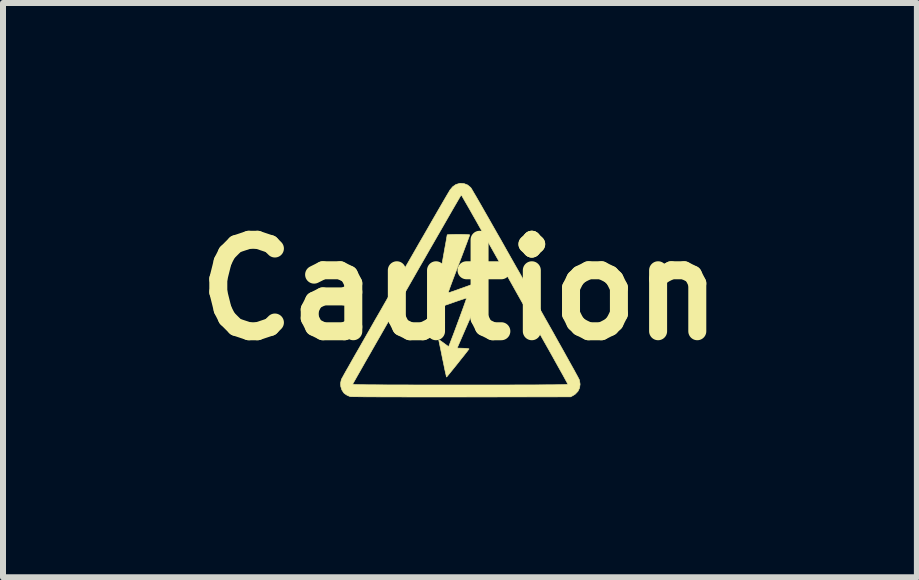
<source format=kicad_pcb>
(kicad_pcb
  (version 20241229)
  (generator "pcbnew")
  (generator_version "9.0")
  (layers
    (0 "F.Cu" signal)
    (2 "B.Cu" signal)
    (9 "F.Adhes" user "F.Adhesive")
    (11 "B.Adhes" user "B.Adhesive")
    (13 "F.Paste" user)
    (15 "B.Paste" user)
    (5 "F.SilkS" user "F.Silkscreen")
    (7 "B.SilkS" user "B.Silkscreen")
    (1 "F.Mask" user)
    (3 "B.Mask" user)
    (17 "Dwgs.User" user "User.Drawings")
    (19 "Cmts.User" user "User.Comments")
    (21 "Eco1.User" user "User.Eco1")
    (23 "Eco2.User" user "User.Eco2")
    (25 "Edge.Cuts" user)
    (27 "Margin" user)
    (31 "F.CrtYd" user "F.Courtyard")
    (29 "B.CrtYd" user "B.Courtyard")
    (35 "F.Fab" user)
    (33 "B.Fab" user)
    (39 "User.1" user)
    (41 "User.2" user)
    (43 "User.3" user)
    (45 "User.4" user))
  (footprint "Caution"
    (layer "F.Cu")
    (at 4.616 1.781)
    (property "Reference" "Caution" (at 0 0 0) (layer "F.SilkS") (effects (font (size 1.524 1.524) (thickness 0.3))))
    (attr through_hole)
    (fp_poly (pts (xy 0.034 -0.924) (xy 0.085 -0.923) (xy 0.126 -0.921) (xy 0.153 -0.919) (xy 0.163 -0.916) (xy 0.159 -0.905) (xy 0.149 -0.877) (xy 0.133 -0.834) (xy 0.112 -0.777) (xy 0.086 -0.709) (xy 0.057 -0.631) (xy 0.024 -0.544) (xy -0.011 -0.452) (xy -0.019 -0.431) (xy -0.055 -0.338) (xy -0.088 -0.25) (xy -0.118 -0.171) (xy -0.144 -0.101) (xy -0.166 -0.042) (xy -0.182 0.004) (xy -0.193 0.035) (xy -0.197 0.049) (xy -0.197 0.05) (xy -0.187 0.047) (xy -0.16 0.039) (xy -0.119 0.025) (xy -0.065 0.006) (xy -0.001 -0.017) (xy 0.07 -0.042) (xy 0.122 -0.061) (xy 0.198 -0.088) (xy 0.267 -0.113) (xy 0.328 -0.134) (xy 0.378 -0.151) (xy 0.415 -0.164) (xy 0.437 -0.17) (xy 0.442 -0.171) (xy 0.439 -0.161) (xy 0.428 -0.134) (xy 0.411 -0.092) (xy 0.387 -0.036) (xy 0.359 0.032) (xy 0.325 0.111) (xy 0.288 0.199) (xy 0.247 0.294) (xy 0.203 0.395) (xy 0.2 0.402) (xy -0.047 0.97) (xy 0.053 0.973) (xy 0.095 0.975) (xy 0.128 0.978) (xy 0.147 0.982) (xy 0.151 0.984) (xy 0.143 0.995) (xy 0.126 1.018) (xy 0.099 1.052) (xy 0.066 1.095) (xy 0.027 1.143) (xy -0.014 1.195) (xy -0.056 1.248) (xy -0.097 1.299) (xy -0.136 1.347) (xy -0.17 1.389) (xy -0.197 1.422) (xy -0.215 1.444) (xy -0.223 1.452) (xy -0.224 1.452) (xy -0.227 1.443) (xy -0.233 1.416) (xy -0.243 1.374) (xy -0.255 1.319) (xy -0.268 1.255) (xy -0.283 1.182) (xy -0.289 1.156) (xy -0.304 1.08) (xy -0.318 1.01) (xy -0.331 0.948) (xy -0.341 0.898) (xy -0.349 0.862) (xy -0.353 0.841) (xy -0.354 0.839) (xy -0.351 0.834) (xy -0.335 0.841) (xy -0.306 0.861) (xy -0.277 0.882) (xy -0.242 0.908) (xy -0.213 0.929) (xy -0.195 0.942) (xy -0.19 0.945) (xy -0.185 0.936) (xy -0.174 0.91) (xy -0.159 0.87) (xy -0.139 0.818) (xy -0.115 0.756) (xy -0.089 0.687) (xy -0.062 0.614) (xy -0.034 0.538) (xy -0.006 0.463) (xy 0.021 0.389) (xy 0.046 0.321) (xy 0.068 0.26) (xy 0.086 0.209) (xy 0.1 0.17) (xy 0.108 0.145) (xy 0.11 0.137) (xy 0.1 0.139) (xy 0.073 0.147) (xy 0.031 0.161) (xy -0.021 0.178) (xy -0.084 0.2) (xy -0.152 0.224) (xy -0.163 0.228) (xy -0.233 0.252) (xy -0.296 0.274) (xy -0.35 0.293) (xy -0.392 0.308) (xy -0.421 0.317) (xy -0.433 0.321) (xy -0.433 0.321) (xy -0.432 0.311) (xy -0.427 0.283) (xy -0.419 0.238) (xy -0.409 0.179) (xy -0.396 0.106) (xy -0.381 0.022) (xy -0.364 -0.072) (xy -0.346 -0.174) (xy -0.326 -0.283) (xy -0.324 -0.295) (xy -0.305 -0.404) (xy -0.286 -0.507) (xy -0.269 -0.602) (xy -0.254 -0.688) (xy -0.24 -0.763) (xy -0.229 -0.825) (xy -0.221 -0.873) (xy -0.215 -0.904) (xy -0.213 -0.917) (xy -0.213 -0.917) (xy -0.204 -0.919) (xy -0.177 -0.921) (xy -0.136 -0.923) (xy -0.085 -0.924) (xy -0.025 -0.925) (xy 0.034 -0.924)) (stroke (width 0.01) (type solid)) (fill yes) (layer "F.SilkS"))
    (fp_poly (pts (xy 0.068 -1.771) (xy 0.127 -1.748) (xy 0.177 -1.707) (xy 0.182 -1.701) (xy 0.191 -1.687) (xy 0.209 -1.657) (xy 0.235 -1.612) (xy 0.27 -1.553) (xy 0.312 -1.48) (xy 0.361 -1.395) (xy 0.416 -1.298) (xy 0.477 -1.192) (xy 0.542 -1.077) (xy 0.612 -0.954) (xy 0.686 -0.825) (xy 0.762 -0.69) (xy 0.841 -0.55) (xy 0.922 -0.407) (xy 1.005 -0.262) (xy 1.087 -0.115) (xy 1.17 0.032) (xy 1.252 0.177) (xy 1.333 0.321) (xy 1.412 0.462) (xy 1.489 0.598) (xy 1.563 0.729) (xy 1.632 0.853) (xy 1.698 0.97) (xy 1.758 1.078) (xy 1.813 1.177) (xy 1.862 1.265) (xy 1.904 1.34) (xy 1.938 1.403) (xy 1.965 1.452) (xy 1.982 1.485) (xy 1.991 1.502) (xy 1.991 1.504) (xy 2.002 1.572) (xy 1.993 1.635) (xy 1.966 1.691) (xy 1.921 1.738) (xy 1.885 1.761) (xy 1.844 1.783) (xy 0.02 1.785) (xy -0.171 1.785) (xy -0.357 1.785) (xy -0.537 1.785) (xy -0.709 1.785) (xy -0.873 1.785) (xy -1.028 1.784) (xy -1.172 1.784) (xy -1.304 1.784) (xy -1.425 1.783) (xy -1.531 1.783) (xy -1.623 1.782) (xy -1.699 1.781) (xy -1.759 1.781) (xy -1.801 1.78) (xy -1.824 1.779) (xy -1.829 1.779) (xy -1.881 1.757) (xy -1.925 1.728) (xy -1.938 1.715) (xy -1.969 1.667) (xy -1.987 1.609) (xy -1.989 1.572) (xy -1.788 1.572) (xy -1.784 1.574) (xy -1.773 1.575) (xy -1.753 1.577) (xy -1.724 1.578) (xy -1.685 1.579) (xy -1.635 1.58) (xy -1.574 1.581) (xy -1.5 1.582) (xy -1.414 1.582) (xy -1.313 1.583) (xy -1.198 1.584) (xy -1.068 1.584) (xy -0.922 1.584) (xy -0.759 1.585) (xy -0.579 1.585) (xy -0.38 1.585) (xy -0.162 1.585) (xy 0.005 1.585) (xy 0.236 1.585) (xy 0.447 1.585) (xy 0.639 1.585) (xy 0.814 1.585) (xy 0.971 1.584) (xy 1.112 1.584) (xy 1.237 1.584) (xy 1.347 1.583) (xy 1.443 1.582) (xy 1.526 1.582) (xy 1.596 1.581) (xy 1.654 1.58) (xy 1.701 1.579) (xy 1.738 1.578) (xy 1.765 1.577) (xy 1.784 1.575) (xy 1.795 1.574) (xy 1.798 1.572) (xy 1.798 1.572) (xy 1.793 1.562) (xy 1.779 1.536) (xy 1.756 1.494) (xy 1.725 1.437) (xy 1.686 1.367) (xy 1.64 1.285) (xy 1.588 1.192) (xy 1.531 1.089) (xy 1.468 0.977) (xy 1.4 0.857) (xy 1.329 0.73) (xy 1.255 0.598) (xy 1.178 0.461) (xy 1.099 0.32) (xy 1.018 0.177) (xy 0.937 0.033) (xy 0.856 -0.112) (xy 0.775 -0.256) (xy 0.695 -0.397) (xy 0.616 -0.536) (xy 0.54 -0.671) (xy 0.467 -0.8) (xy 0.398 -0.923) (xy 0.332 -1.039) (xy 0.272 -1.146) (xy 0.216 -1.244) (xy 0.167 -1.331) (xy 0.124 -1.406) (xy 0.088 -1.468) (xy 0.06 -1.517) (xy 0.041 -1.55) (xy 0.031 -1.568) (xy 0.029 -1.57) (xy 0.017 -1.572) (xy 0.01 -1.565) (xy -0.002 -1.545) (xy -0.023 -1.509) (xy -0.052 -1.459) (xy -0.09 -1.394) (xy -0.134 -1.318) (xy -0.185 -1.229) (xy -0.242 -1.13) (xy -0.304 -1.022) (xy -0.371 -0.906) (xy -0.442 -0.782) (xy -0.517 -0.652) (xy -0.594 -0.517) (xy -0.674 -0.379) (xy -0.755 -0.237) (xy -0.837 -0.094) (xy -0.92 0.051) (xy -1.002 0.195) (xy -1.084 0.337) (xy -1.164 0.477) (xy -1.242 0.613) (xy -1.317 0.745) (xy -1.389 0.87) (xy -1.457 0.989) (xy -1.52 1.1) (xy -1.579 1.202) (xy -1.631 1.294) (xy -1.677 1.375) (xy -1.716 1.443) (xy -1.747 1.498) (xy -1.77 1.539) (xy -1.784 1.564) (xy -1.788 1.572) (xy -1.989 1.572) (xy -1.989 1.548) (xy -1.977 1.494) (xy -1.971 1.481) (xy -1.955 1.453) (xy -1.931 1.409) (xy -1.898 1.35) (xy -1.857 1.279) (xy -1.81 1.195) (xy -1.756 1.1) (xy -1.696 0.996) (xy -1.631 0.882) (xy -1.562 0.761) (xy -1.489 0.633) (xy -1.413 0.499) (xy -1.333 0.361) (xy -1.252 0.219) (xy -1.17 0.076) (xy -1.087 -0.07) (xy -1.003 -0.215) (xy -0.921 -0.359) (xy -0.839 -0.501) (xy -0.759 -0.64) (xy -0.682 -0.775) (xy -0.607 -0.904) (xy -0.536 -1.027) (xy -0.47 -1.143) (xy -0.408 -1.25) (xy -0.352 -1.347) (xy -0.302 -1.433) (xy -0.259 -1.507) (xy -0.223 -1.569) (xy -0.195 -1.616) (xy -0.176 -1.648) (xy -0.167 -1.664) (xy -0.121 -1.719) (xy -0.068 -1.756) (xy -0.008 -1.774) (xy 0.004 -1.776) (xy 0.068 -1.771)) (stroke (width 0.01) (type solid)) (fill yes) (layer "F.SilkS")))
  (gr_rect
    (start -3 -3)
    (end 12.231 6.571)
    (stroke (width 0.1) (type default))
    (fill no)
    (layer "Edge.Cuts")))
</source>
